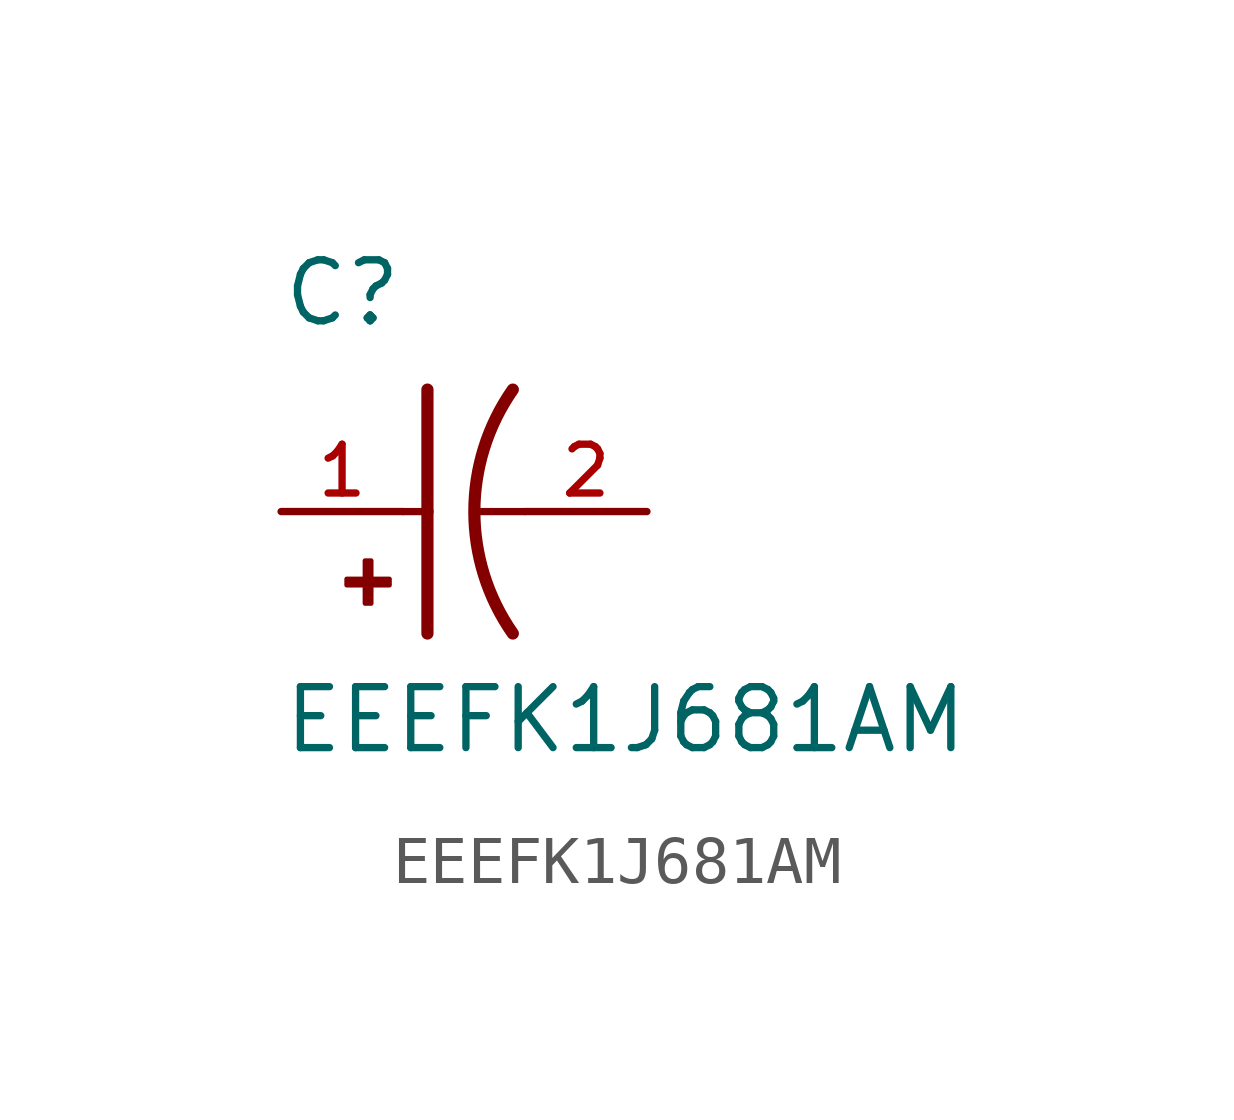
<source format=kicad_sym>
(kicad_symbol_lib
  (version 20211014)
  (generator kicad_symbol_editor)
  (symbol "EEEFK1J681AM"
    (pin_names
      (offset 1.016))
    (property "Reference" "C"
      (at -2.54 3.81 0)
      (effects (font (size 1.27 1.27)) (justify bottom left)))
    (property "Value" "EEEFK1J681AM"
      (at -2.54 -5.08 0)
      (effects (font (size 1.27 1.27)) (justify bottom left)))
    (symbol "EEEFK1J681AM_0_0"
      (arc (start 2.286 -2.54) (mid 1.4851 -0.0) (end 2.286 2.54) (stroke (width 0.254) (type default) (color 0 0 0 0)) (fill (type none)))
      (polyline (pts (xy 0.508 2.54) (xy 0.508 0.0)) (stroke (width 0.254)))
      (rectangle (start -1.173 -1.532) (end -0.284 -1.405) (stroke (width 0.1)) (fill (type outline)))
      (rectangle (start -0.792 -1.913) (end -0.665 -1.024) (stroke (width 0.1)) (fill (type outline)))
      (polyline (pts (xy 0.508 0.0) (xy 0.508 -2.54)) (stroke (width 0.254)))
      (polyline (pts (xy 0.0 0.0) (xy 0.508 0.0)) (stroke (width 0.152)))
      (polyline (pts (xy 2.54 0.0) (xy 1.524 0.0)) (stroke (width 0.152)))
      (pin passive line (at -2.54 0.0 0) (length 2.54) (name "~" (effects (font (size 1.016 1.016)))) (number "1" (effects (font (size 1.016 1.016)))))
      (pin passive line (at 5.08 0.0 180.0) (length 2.54) (name "~" (effects (font (size 1.016 1.016)))) (number "2" (effects (font (size 1.016 1.016))))))))
</source>
